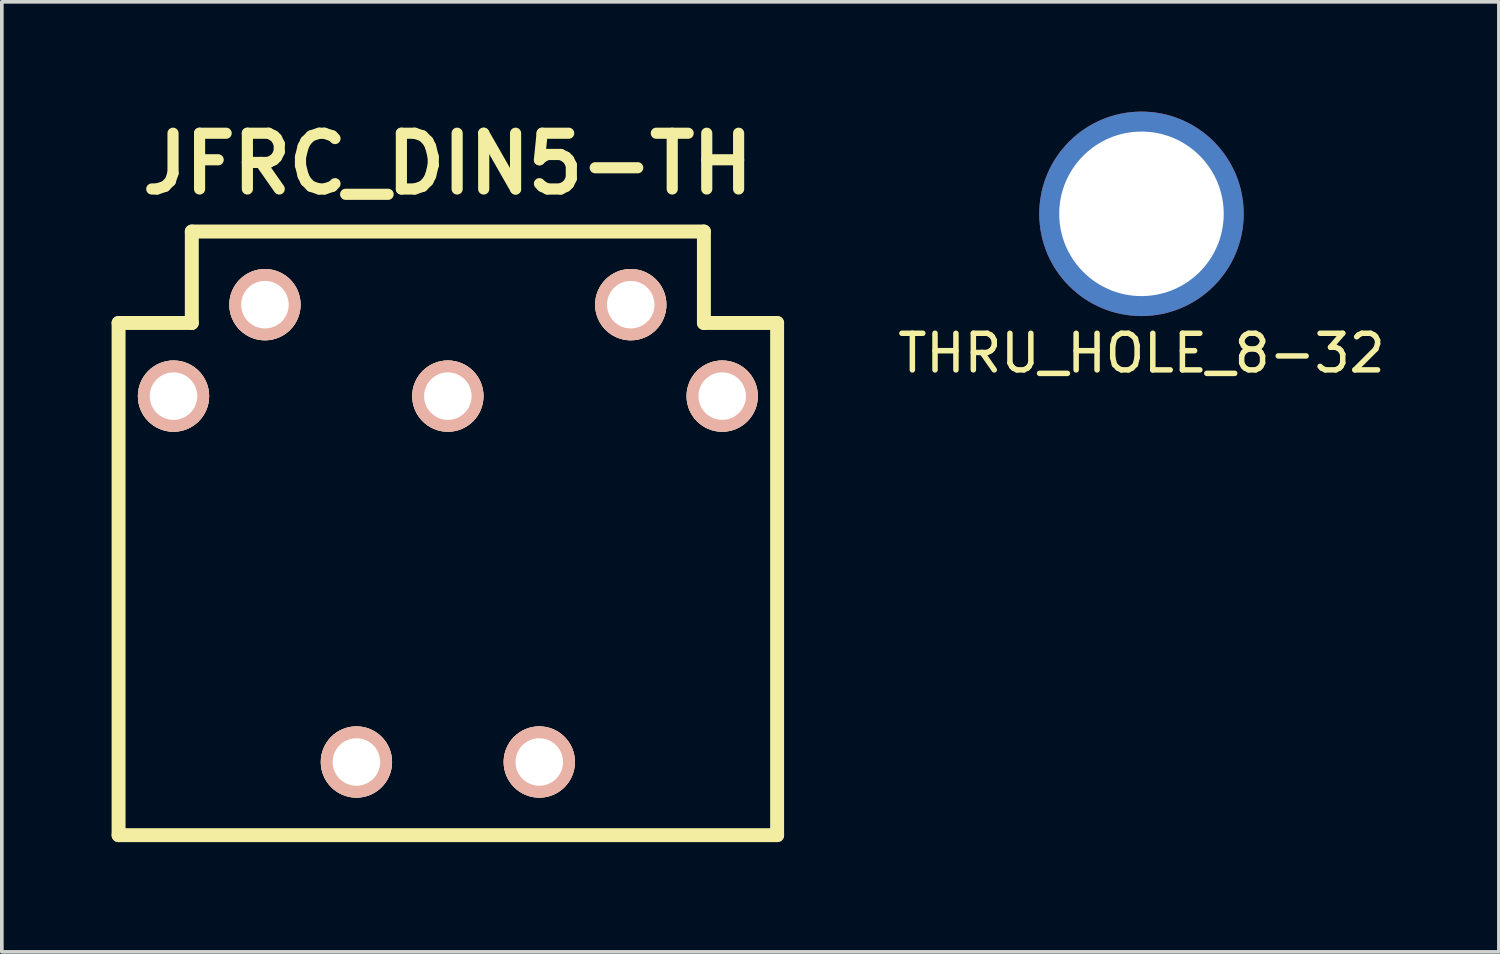
<source format=kicad_pcb>
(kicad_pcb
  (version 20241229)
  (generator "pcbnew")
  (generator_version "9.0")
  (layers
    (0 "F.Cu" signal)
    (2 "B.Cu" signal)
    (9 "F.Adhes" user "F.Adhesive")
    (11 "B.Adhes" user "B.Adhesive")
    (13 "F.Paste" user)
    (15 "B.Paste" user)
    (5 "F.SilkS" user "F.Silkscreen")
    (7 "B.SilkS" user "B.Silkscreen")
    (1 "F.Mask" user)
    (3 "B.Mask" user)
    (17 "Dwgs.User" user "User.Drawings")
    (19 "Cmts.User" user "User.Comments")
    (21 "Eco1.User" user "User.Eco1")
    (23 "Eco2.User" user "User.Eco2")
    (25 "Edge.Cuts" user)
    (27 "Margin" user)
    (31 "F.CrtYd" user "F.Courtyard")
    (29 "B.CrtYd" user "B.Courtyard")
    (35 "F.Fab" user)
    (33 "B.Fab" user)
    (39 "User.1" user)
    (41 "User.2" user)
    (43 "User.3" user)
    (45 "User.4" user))
  (footprint "THRU_HOLE_8-32"
    (layer "F.Cu")
    (at 28.147 2.794)
    (property "Reference" "THRU_HOLE_8-32" (at 0 3.81 0) (layer "F.SilkS") (effects (font (size 1 1) (thickness 0.15))))
    (attr through_hole)
    (pad "1" thru_hole circle (at 0 0) (size 5.588 5.588) (drill 4.496) (layers "*.Cu" "*.Mask")))
  (footprint "JFRC_DIN5-TH"
    (layer "F.Cu")
    (at 9.19 7.776)
    (property "Reference" "JFRC_DIN5-TH" (at 0 -6.35 0) (layer "F.SilkS") (effects (font (size 1.524 1.524) (thickness 0.305))))
    (attr exclude_from_pos_files exclude_from_bom)
    (fp_line (start -8.999 -1.999) (end -6.998 -1.999) (stroke (width 0.381) (type solid)) (layer "F.SilkS"))
    (fp_line (start -8.999 11.999) (end -8.999 -1.999) (stroke (width 0.381) (type solid)) (layer "F.SilkS"))
    (fp_line (start -6.998 -4.498) (end 6.998 -4.498) (stroke (width 0.381) (type solid)) (layer "F.SilkS"))
    (fp_line (start -6.998 -1.999) (end -6.998 -4.498) (stroke (width 0.381) (type solid)) (layer "F.SilkS"))
    (fp_line (start 6.998 -4.498) (end 6.998 -1.999) (stroke (width 0.381) (type solid)) (layer "F.SilkS"))
    (fp_line (start 6.998 -1.999) (end 8.999 -1.999) (stroke (width 0.381) (type solid)) (layer "F.SilkS"))
    (fp_line (start 8.999 -1.999) (end 8.999 11.999) (stroke (width 0.381) (type solid)) (layer "F.SilkS"))
    (fp_line (start 8.999 11.999) (end -8.999 11.999) (stroke (width 0.381) (type solid)) (layer "F.SilkS"))
    (pad "1" thru_hole circle (at 7.498 0) (size 1.948 1.948) (drill 1.298) (layers "*.Cu" "*.SilkS" "*.Mask"))
    (pad "2" thru_hole circle (at 0 0) (size 1.948 1.948) (drill 1.298) (layers "*.Cu" "*.SilkS" "*.Mask"))
    (pad "3" thru_hole circle (at -7.498 0) (size 1.948 1.948) (drill 1.298) (layers "*.Cu" "*.SilkS" "*.Mask"))
    (pad "4" thru_hole circle (at 4.999 -2.499) (size 1.948 1.948) (drill 1.298) (layers "*.Cu" "*.SilkS" "*.Mask"))
    (pad "5" thru_hole circle (at -4.999 -2.499) (size 1.948 1.948) (drill 1.298) (layers "*.Cu" "*.SilkS" "*.Mask"))
    (pad "6" thru_hole circle (at 2.499 10) (size 1.948 1.948) (drill 1.298) (layers "*.Cu" "*.SilkS" "*.Mask"))
    (pad "7" thru_hole circle (at -2.499 10) (size 1.948 1.948) (drill 1.298) (layers "*.Cu" "*.SilkS" "*.Mask")))
  (gr_rect
    (start -3 -3)
    (end 37.915 22.966)
    (stroke (width 0.1) (type default))
    (fill no)
    (layer "Edge.Cuts")))
</source>
